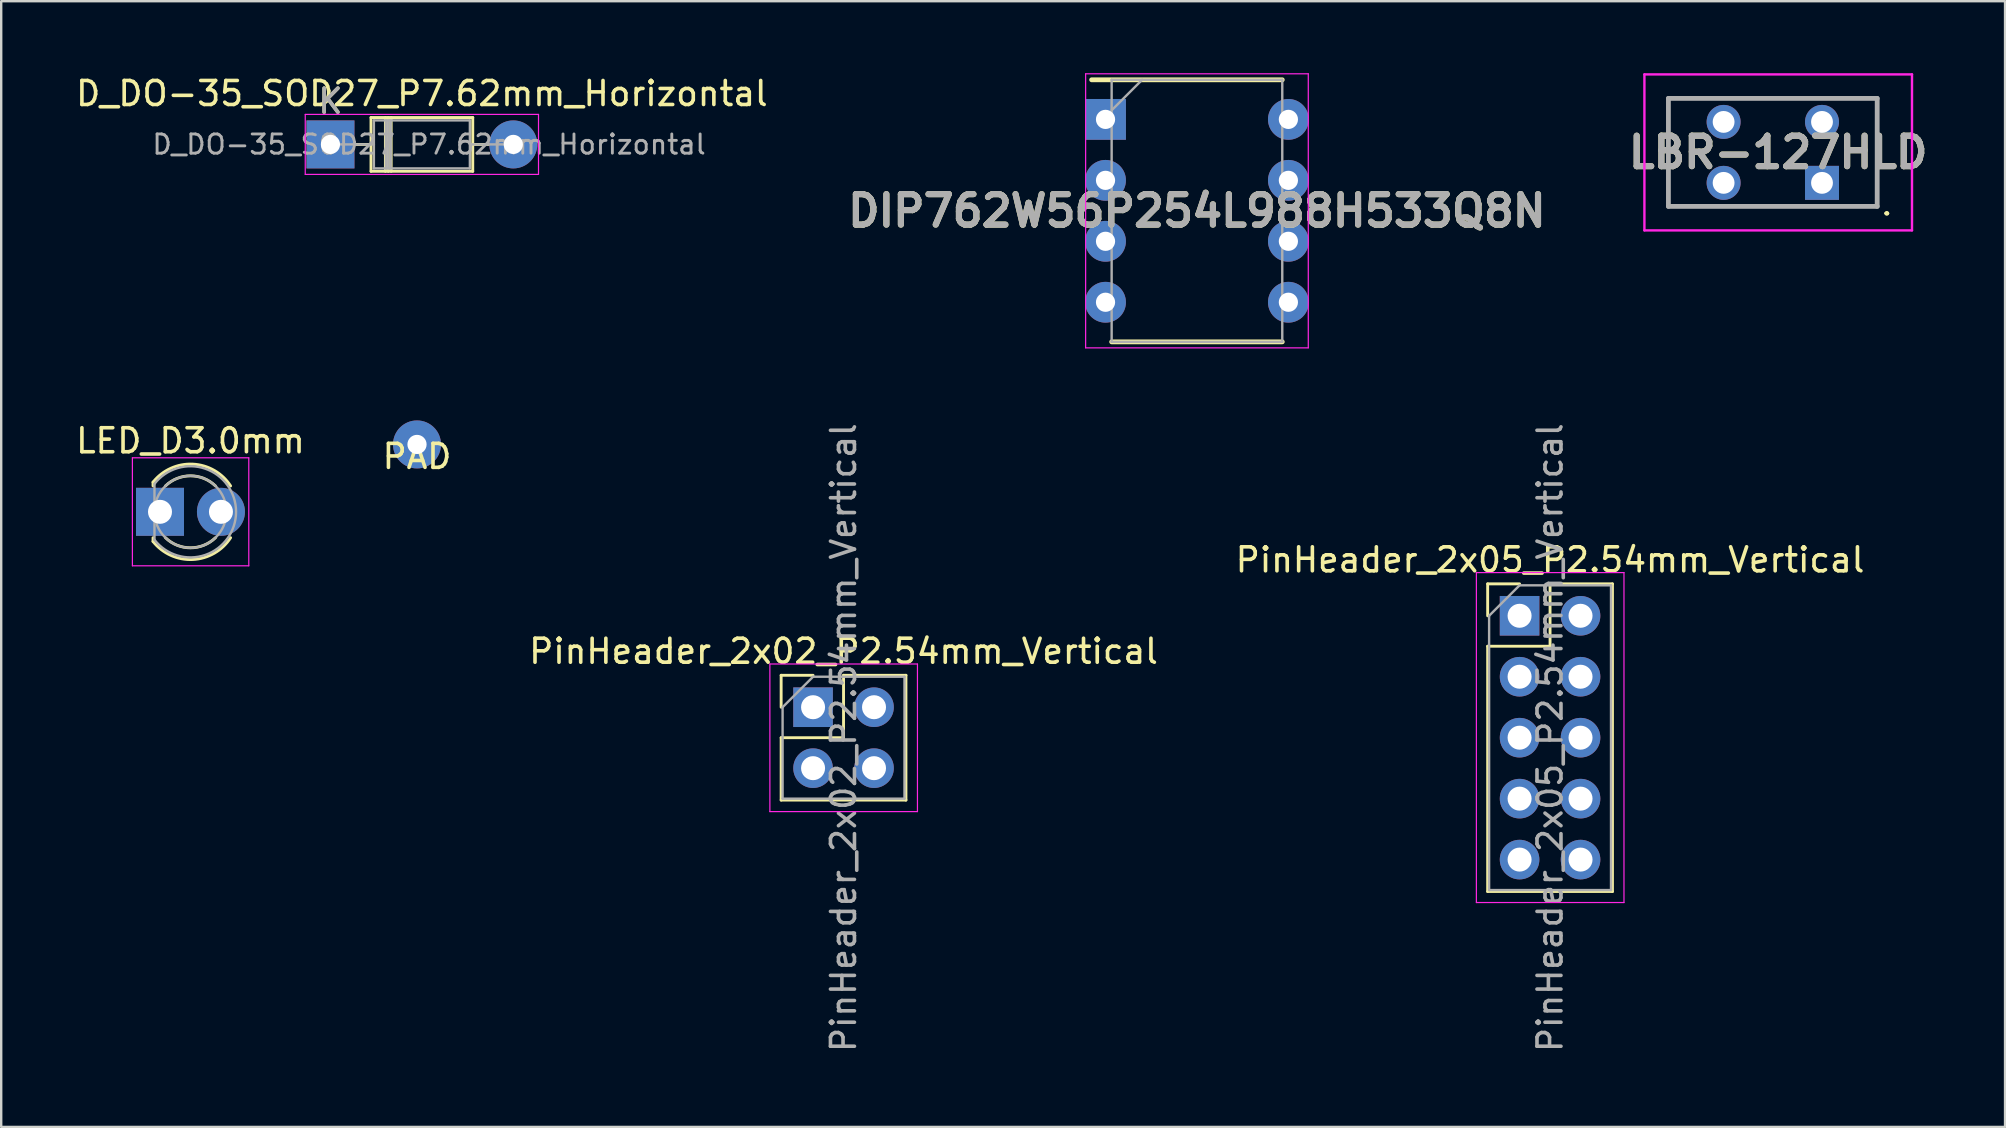
<source format=kicad_pcb>
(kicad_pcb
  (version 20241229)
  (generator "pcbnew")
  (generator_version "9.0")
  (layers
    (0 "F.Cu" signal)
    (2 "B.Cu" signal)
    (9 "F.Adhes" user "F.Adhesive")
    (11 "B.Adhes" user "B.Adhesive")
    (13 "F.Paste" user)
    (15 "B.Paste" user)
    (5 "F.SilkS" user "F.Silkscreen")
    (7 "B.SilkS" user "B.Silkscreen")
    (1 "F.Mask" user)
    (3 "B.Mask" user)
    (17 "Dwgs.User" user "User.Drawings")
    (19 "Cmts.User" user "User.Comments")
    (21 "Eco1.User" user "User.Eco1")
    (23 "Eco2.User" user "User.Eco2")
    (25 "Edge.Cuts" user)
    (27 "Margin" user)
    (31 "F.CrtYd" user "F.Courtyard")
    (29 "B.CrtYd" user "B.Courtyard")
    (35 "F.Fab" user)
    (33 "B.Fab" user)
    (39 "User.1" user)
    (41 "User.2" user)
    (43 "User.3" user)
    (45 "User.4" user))
  (footprint "D_DO-35_SOD27_P7.62mm_Horizontal"
    (layer "F.Cu")
    (at 10.72 2.968)
    (property "Reference" "D_DO-35_SOD27_P7.62mm_Horizontal" (at 3.81 -2.12 0) (layer "F.SilkS") (effects (font (size 1 1) (thickness 0.15))))
    (attr through_hole)
    (fp_line (start 1.04 0) (end 1.69 0) (stroke (width 0.12) (type solid)) (layer "F.SilkS"))
    (fp_line (start 1.69 -1.12) (end 1.69 1.12) (stroke (width 0.12) (type solid)) (layer "F.SilkS"))
    (fp_line (start 1.69 1.12) (end 5.93 1.12) (stroke (width 0.12) (type solid)) (layer "F.SilkS"))
    (fp_line (start 2.29 -1.12) (end 2.29 1.12) (stroke (width 0.12) (type solid)) (layer "F.SilkS"))
    (fp_line (start 2.41 -1.12) (end 2.41 1.12) (stroke (width 0.12) (type solid)) (layer "F.SilkS"))
    (fp_line (start 2.53 -1.12) (end 2.53 1.12) (stroke (width 0.12) (type solid)) (layer "F.SilkS"))
    (fp_line (start 5.93 -1.12) (end 1.69 -1.12) (stroke (width 0.12) (type solid)) (layer "F.SilkS"))
    (fp_line (start 5.93 1.12) (end 5.93 -1.12) (stroke (width 0.12) (type solid)) (layer "F.SilkS"))
    (fp_line (start 6.58 0) (end 5.93 0) (stroke (width 0.12) (type solid)) (layer "F.SilkS"))
    (fp_line (start -1.05 -1.25) (end -1.05 1.25) (stroke (width 0.05) (type solid)) (layer "F.CrtYd"))
    (fp_line (start -1.05 1.25) (end 8.67 1.25) (stroke (width 0.05) (type solid)) (layer "F.CrtYd"))
    (fp_line (start 8.67 -1.25) (end -1.05 -1.25) (stroke (width 0.05) (type solid)) (layer "F.CrtYd"))
    (fp_line (start 8.67 1.25) (end 8.67 -1.25) (stroke (width 0.05) (type solid)) (layer "F.CrtYd"))
    (fp_line (start 0 0) (end 1.81 0) (stroke (width 0.1) (type solid)) (layer "F.Fab"))
    (fp_line (start 1.81 -1) (end 1.81 1) (stroke (width 0.1) (type solid)) (layer "F.Fab"))
    (fp_line (start 1.81 1) (end 5.81 1) (stroke (width 0.1) (type solid)) (layer "F.Fab"))
    (fp_line (start 2.31 -1) (end 2.31 1) (stroke (width 0.1) (type solid)) (layer "F.Fab"))
    (fp_line (start 2.41 -1) (end 2.41 1) (stroke (width 0.1) (type solid)) (layer "F.Fab"))
    (fp_line (start 2.51 -1) (end 2.51 1) (stroke (width 0.1) (type solid)) (layer "F.Fab"))
    (fp_line (start 5.81 -1) (end 1.81 -1) (stroke (width 0.1) (type solid)) (layer "F.Fab"))
    (fp_line (start 5.81 1) (end 5.81 -1) (stroke (width 0.1) (type solid)) (layer "F.Fab"))
    (fp_line (start 7.62 0) (end 5.81 0) (stroke (width 0.1) (type solid)) (layer "F.Fab"))
    (fp_text user "K" (at 0 -1.8 0) (layer "F.SilkS") (effects (font (size 1 1) (thickness 0.15))))
    (fp_text user "K" (at 0 -1.8 0) (layer "F.Fab") (effects (font (size 1 1) (thickness 0.15))))
    (fp_text user "${REFERENCE}" (at 4.11 0 0) (layer "F.Fab") (effects (font (size 0.8 0.8) (thickness 0.12))))
    (pad "1" thru_hole rect (at 0 0) (size 2 2) (drill 0.8) (layers "*.Cu" "*.Mask"))
    (pad "2" thru_hole circle (at 7.62 0) (size 2 2) (drill 0.8) (layers "*.Cu" "*.Mask")))
  (footprint "LBR-127HLD"
    (layer "F.Cu")
    (at 70.824 3.3)
    (property "Reference" "LBR-127HLD" (at 0.225 0 0) (layer "F.SilkS") (effects (font (size 1.27 1.27) (thickness 0.254))))
    (attr through_hole)
    (fp_line (start -4.35 -2.25) (end 4.35 -2.25) (stroke (width 0.1) (type solid)) (layer "F.SilkS"))
    (fp_line (start -4.35 2.25) (end -4.35 -2.25) (stroke (width 0.1) (type solid)) (layer "F.SilkS"))
    (fp_line (start 4.35 -2.25) (end 4.35 2.25) (stroke (width 0.1) (type solid)) (layer "F.SilkS"))
    (fp_line (start 4.35 2.25) (end -4.35 2.25) (stroke (width 0.1) (type solid)) (layer "F.SilkS"))
    (fp_line (start 4.7 2.54) (end 4.7 2.54) (stroke (width 0.1) (type solid)) (layer "F.SilkS"))
    (fp_line (start 4.8 2.54) (end 4.8 2.54) (stroke (width 0.1) (type solid)) (layer "F.SilkS"))
    (fp_arc (start 4.7 2.54) (mid 4.75 2.49) (end 4.8 2.54) (stroke (width 0.1) (type solid)) (layer "F.SilkS"))
    (fp_arc (start 4.8 2.54) (mid 4.75 2.59) (end 4.7 2.54) (stroke (width 0.1) (type solid)) (layer "F.SilkS"))
    (fp_line (start -5.35 -3.25) (end 5.8 -3.25) (stroke (width 0.1) (type solid)) (layer "F.CrtYd"))
    (fp_line (start -5.35 3.25) (end -5.35 -3.25) (stroke (width 0.1) (type solid)) (layer "F.CrtYd"))
    (fp_line (start 5.8 -3.25) (end 5.8 3.25) (stroke (width 0.1) (type solid)) (layer "F.CrtYd"))
    (fp_line (start 5.8 3.25) (end -5.35 3.25) (stroke (width 0.1) (type solid)) (layer "F.CrtYd"))
    (fp_line (start -4.35 -2.25) (end 4.35 -2.25) (stroke (width 0.2) (type solid)) (layer "F.Fab"))
    (fp_line (start -4.35 2.25) (end -4.35 -2.25) (stroke (width 0.2) (type solid)) (layer "F.Fab"))
    (fp_line (start 4.35 -2.25) (end 4.35 2.25) (stroke (width 0.2) (type solid)) (layer "F.Fab"))
    (fp_line (start 4.35 2.25) (end -4.35 2.25) (stroke (width 0.2) (type solid)) (layer "F.Fab"))
    (fp_text user "${REFERENCE}" (at 0.225 0 0) (layer "F.Fab") (effects (font (size 1.27 1.27) (thickness 0.254))))
    (pad "1" thru_hole rect (at 2.05 1.27) (size 1.416 1.416) (drill 0.91) (layers "*.Cu" "*.Mask"))
    (pad "2" thru_hole circle (at 2.05 -1.27) (size 1.416 1.416) (drill 0.91) (layers "*.Cu" "*.Mask"))
    (pad "3" thru_hole circle (at -2.05 1.27) (size 1.416 1.416) (drill 0.91) (layers "*.Cu" "*.Mask"))
    (pad "4" thru_hole circle (at -2.05 -1.27) (size 1.416 1.416) (drill 0.91) (layers "*.Cu" "*.Mask")))
  (footprint "PAD"
    (layer "F.Cu")
    (at 14.327 15.47)
    (property "Reference" "PAD" (at 0 0.5 0) (layer "F.SilkS") (effects (font (size 1 1) (thickness 0.15))))
    (attr through_hole)
    (pad "1" thru_hole circle (at 0 0) (size 2 2) (drill 0.8) (layers "*.Cu" "*.Mask")))
  (footprint "PinHeader_2x05_P2.54mm_Vertical"
    (layer "F.Cu")
    (at 60.272 22.61)
    (property "Reference" "PinHeader_2x05_P2.54mm_Vertical" (at 1.27 -2.33 0) (layer "F.SilkS") (effects (font (size 1 1) (thickness 0.15))))
    (attr through_hole)
    (fp_line (start -1.33 -1.33) (end 0 -1.33) (stroke (width 0.12) (type solid)) (layer "F.SilkS"))
    (fp_line (start -1.33 0) (end -1.33 -1.33) (stroke (width 0.12) (type solid)) (layer "F.SilkS"))
    (fp_line (start -1.33 1.27) (end -1.33 11.49) (stroke (width 0.12) (type solid)) (layer "F.SilkS"))
    (fp_line (start -1.33 1.27) (end 1.27 1.27) (stroke (width 0.12) (type solid)) (layer "F.SilkS"))
    (fp_line (start -1.33 11.49) (end 3.87 11.49) (stroke (width 0.12) (type solid)) (layer "F.SilkS"))
    (fp_line (start 1.27 -1.33) (end 3.87 -1.33) (stroke (width 0.12) (type solid)) (layer "F.SilkS"))
    (fp_line (start 1.27 1.27) (end 1.27 -1.33) (stroke (width 0.12) (type solid)) (layer "F.SilkS"))
    (fp_line (start 3.87 -1.33) (end 3.87 11.49) (stroke (width 0.12) (type solid)) (layer "F.SilkS"))
    (fp_line (start -1.8 -1.8) (end -1.8 11.95) (stroke (width 0.05) (type solid)) (layer "F.CrtYd"))
    (fp_line (start -1.8 11.95) (end 4.35 11.95) (stroke (width 0.05) (type solid)) (layer "F.CrtYd"))
    (fp_line (start 4.35 -1.8) (end -1.8 -1.8) (stroke (width 0.05) (type solid)) (layer "F.CrtYd"))
    (fp_line (start 4.35 11.95) (end 4.35 -1.8) (stroke (width 0.05) (type solid)) (layer "F.CrtYd"))
    (fp_line (start -1.27 0) (end 0 -1.27) (stroke (width 0.1) (type solid)) (layer "F.Fab"))
    (fp_line (start -1.27 11.43) (end -1.27 0) (stroke (width 0.1) (type solid)) (layer "F.Fab"))
    (fp_line (start 0 -1.27) (end 3.81 -1.27) (stroke (width 0.1) (type solid)) (layer "F.Fab"))
    (fp_line (start 3.81 -1.27) (end 3.81 11.43) (stroke (width 0.1) (type solid)) (layer "F.Fab"))
    (fp_line (start 3.81 11.43) (end -1.27 11.43) (stroke (width 0.1) (type solid)) (layer "F.Fab"))
    (fp_text user "${REFERENCE}" (at 1.27 5.08 90) (layer "F.Fab") (effects (font (size 1 1) (thickness 0.15))))
    (pad "1" thru_hole rect (at 0 0 90) (size 1.65 1.65) (drill 1) (layers "*.Cu" "*.Mask"))
    (pad "2" thru_hole circle (at 2.54 0) (size 1.65 1.65) (drill 1) (layers "*.Cu" "*.Mask"))
    (pad "3" thru_hole circle (at 0 2.54) (size 1.65 1.65) (drill 1) (layers "*.Cu" "*.Mask"))
    (pad "4" thru_hole circle (at 2.54 2.54) (size 1.65 1.65) (drill 1) (layers "*.Cu" "*.Mask"))
    (pad "5" thru_hole circle (at 0 5.08) (size 1.65 1.65) (drill 1) (layers "*.Cu" "*.Mask"))
    (pad "6" thru_hole circle (at 2.54 5.08) (size 1.65 1.65) (drill 1) (layers "*.Cu" "*.Mask"))
    (pad "7" thru_hole circle (at 0 7.62) (size 1.65 1.65) (drill 1) (layers "*.Cu" "*.Mask"))
    (pad "8" thru_hole circle (at 2.54 7.62) (size 1.65 1.65) (drill 1) (layers "*.Cu" "*.Mask"))
    (pad "9" thru_hole circle (at 0 10.16) (size 1.65 1.65) (drill 1) (layers "*.Cu" "*.Mask"))
    (pad "10" thru_hole circle (at 2.54 10.16) (size 1.65 1.65) (drill 1) (layers "*.Cu" "*.Mask")))
  (footprint "DIP762W56P254L988H533Q8N"
    (layer "F.Cu")
    (at 46.828 5.735)
    (property "Reference" "DIP762W56P254L988H533Q8N" (at 0 0 0) (layer "F.SilkS") (effects (font (size 1.27 1.27) (thickness 0.254))))
    (attr through_hole)
    (fp_line (start -4.389 -5.46) (end 3.555 -5.46) (stroke (width 0.2) (type solid)) (layer "F.SilkS"))
    (fp_line (start -3.555 5.46) (end 3.555 5.46) (stroke (width 0.2) (type solid)) (layer "F.SilkS"))
    (fp_line (start -4.639 -5.71) (end 4.639 -5.71) (stroke (width 0.05) (type solid)) (layer "F.CrtYd"))
    (fp_line (start -4.639 5.71) (end -4.639 -5.71) (stroke (width 0.05) (type solid)) (layer "F.CrtYd"))
    (fp_line (start 4.639 -5.71) (end 4.639 5.71) (stroke (width 0.05) (type solid)) (layer "F.CrtYd"))
    (fp_line (start 4.639 5.71) (end -4.639 5.71) (stroke (width 0.05) (type solid)) (layer "F.CrtYd"))
    (fp_line (start -3.555 -5.46) (end 3.555 -5.46) (stroke (width 0.1) (type solid)) (layer "F.Fab"))
    (fp_line (start -3.555 -4.19) (end -2.285 -5.46) (stroke (width 0.1) (type solid)) (layer "F.Fab"))
    (fp_line (start -3.555 5.46) (end -3.555 -5.46) (stroke (width 0.1) (type solid)) (layer "F.Fab"))
    (fp_line (start 3.555 -5.46) (end 3.555 5.46) (stroke (width 0.1) (type solid)) (layer "F.Fab"))
    (fp_line (start 3.555 5.46) (end -3.555 5.46) (stroke (width 0.1) (type solid)) (layer "F.Fab"))
    (fp_text user "${REFERENCE}" (at 0 0 0) (layer "F.Fab") (effects (font (size 1.27 1.27) (thickness 0.254))))
    (pad "1" thru_hole rect (at -3.81 -3.81) (size 1.7 1.7) (drill 0.8) (layers "*.Cu" "*.Mask"))
    (pad "2" thru_hole circle (at -3.81 -1.27) (size 1.7 1.7) (drill 0.8) (layers "*.Cu" "*.Mask"))
    (pad "3" thru_hole circle (at -3.81 1.27) (size 1.7 1.7) (drill 0.8) (layers "*.Cu" "*.Mask"))
    (pad "4" thru_hole circle (at -3.81 3.81) (size 1.7 1.7) (drill 0.8) (layers "*.Cu" "*.Mask"))
    (pad "5" thru_hole circle (at 3.81 3.81) (size 1.7 1.7) (drill 0.8) (layers "*.Cu" "*.Mask"))
    (pad "6" thru_hole circle (at 3.81 1.27) (size 1.7 1.7) (drill 0.8) (layers "*.Cu" "*.Mask"))
    (pad "7" thru_hole circle (at 3.81 -1.27) (size 1.7 1.7) (drill 0.8) (layers "*.Cu" "*.Mask"))
    (pad "8" thru_hole circle (at 3.81 -3.81) (size 1.7 1.7) (drill 0.8) (layers "*.Cu" "*.Mask")))
  (footprint "LED_D3.0mm"
    (layer "F.Cu")
    (at 3.617 18.278)
    (property "Reference" "LED_D3.0mm" (at 1.27 -2.96 0) (layer "F.SilkS") (effects (font (size 1 1) (thickness 0.15))))
    (attr through_hole)
    (fp_line (start -0.29 -1.236) (end -0.29 -1.08) (stroke (width 0.12) (type solid)) (layer "F.SilkS"))
    (fp_line (start -0.29 1.08) (end -0.29 1.236) (stroke (width 0.12) (type solid)) (layer "F.SilkS"))
    (fp_arc (start -0.29 -1.235516) (mid 1.366487 -1.987659) (end 2.942335 -1.078608) (stroke (width 0.12) (type solid)) (layer "F.SilkS"))
    (fp_arc (start 0.229039 -1.08) (mid 1.270117 -1.5) (end 2.31113 -1.079837) (stroke (width 0.12) (type solid)) (layer "F.SilkS"))
    (fp_arc (start 2.31113 1.079837) (mid 1.270117 1.5) (end 0.229039 1.08) (stroke (width 0.12) (type solid)) (layer "F.SilkS"))
    (fp_arc (start 2.942335 1.078608) (mid 1.366487 1.987659) (end -0.29 1.235516) (stroke (width 0.12) (type solid)) (layer "F.SilkS"))
    (fp_line (start -1.15 -2.25) (end -1.15 2.25) (stroke (width 0.05) (type solid)) (layer "F.CrtYd"))
    (fp_line (start -1.15 2.25) (end 3.7 2.25) (stroke (width 0.05) (type solid)) (layer "F.CrtYd"))
    (fp_line (start 3.7 -2.25) (end -1.15 -2.25) (stroke (width 0.05) (type solid)) (layer "F.CrtYd"))
    (fp_line (start 3.7 2.25) (end 3.7 -2.25) (stroke (width 0.05) (type solid)) (layer "F.CrtYd"))
    (fp_line (start -0.23 -1.166) (end -0.23 1.166) (stroke (width 0.1) (type solid)) (layer "F.Fab"))
    (fp_arc (start -0.23 -1.16619) (mid 3.17 0.000452) (end -0.230555 1.165476) (stroke (width 0.1) (type solid)) (layer "F.Fab"))
    (fp_circle (center 1.27 0) (end 2.77 0) (stroke (width 0.1) (type solid)) (fill no) (layer "F.Fab"))
    (pad "1" thru_hole rect (at 0 0) (size 2 2) (drill 1) (layers "*.Cu" "*.Mask"))
    (pad "2" thru_hole circle (at 2.54 0) (size 2 2) (drill 1) (layers "*.Cu" "*.Mask")))
  (footprint "PinHeader_2x02_P2.54mm_Vertical"
    (layer "F.Cu")
    (at 30.831 26.42)
    (property "Reference" "PinHeader_2x02_P2.54mm_Vertical" (at 1.27 -2.33 0) (layer "F.SilkS") (effects (font (size 1 1) (thickness 0.15))))
    (attr through_hole)
    (fp_line (start -1.33 -1.33) (end 0 -1.33) (stroke (width 0.12) (type solid)) (layer "F.SilkS"))
    (fp_line (start -1.33 0) (end -1.33 -1.33) (stroke (width 0.12) (type solid)) (layer "F.SilkS"))
    (fp_line (start -1.33 1.27) (end -1.33 3.87) (stroke (width 0.12) (type solid)) (layer "F.SilkS"))
    (fp_line (start -1.33 1.27) (end 1.27 1.27) (stroke (width 0.12) (type solid)) (layer "F.SilkS"))
    (fp_line (start -1.33 3.87) (end 3.87 3.87) (stroke (width 0.12) (type solid)) (layer "F.SilkS"))
    (fp_line (start 1.27 -1.33) (end 3.87 -1.33) (stroke (width 0.12) (type solid)) (layer "F.SilkS"))
    (fp_line (start 1.27 1.27) (end 1.27 -1.33) (stroke (width 0.12) (type solid)) (layer "F.SilkS"))
    (fp_line (start 3.87 -1.33) (end 3.87 3.87) (stroke (width 0.12) (type solid)) (layer "F.SilkS"))
    (fp_line (start -1.8 -1.8) (end -1.8 4.35) (stroke (width 0.05) (type solid)) (layer "F.CrtYd"))
    (fp_line (start -1.8 4.35) (end 4.35 4.35) (stroke (width 0.05) (type solid)) (layer "F.CrtYd"))
    (fp_line (start 4.35 -1.8) (end -1.8 -1.8) (stroke (width 0.05) (type solid)) (layer "F.CrtYd"))
    (fp_line (start 4.35 4.35) (end 4.35 -1.8) (stroke (width 0.05) (type solid)) (layer "F.CrtYd"))
    (fp_line (start -1.27 0) (end 0 -1.27) (stroke (width 0.1) (type solid)) (layer "F.Fab"))
    (fp_line (start -1.27 3.81) (end -1.27 0) (stroke (width 0.1) (type solid)) (layer "F.Fab"))
    (fp_line (start 0 -1.27) (end 3.81 -1.27) (stroke (width 0.1) (type solid)) (layer "F.Fab"))
    (fp_line (start 3.81 -1.27) (end 3.81 3.81) (stroke (width 0.1) (type solid)) (layer "F.Fab"))
    (fp_line (start 3.81 3.81) (end -1.27 3.81) (stroke (width 0.1) (type solid)) (layer "F.Fab"))
    (fp_text user "${REFERENCE}" (at 1.27 1.27 90) (layer "F.Fab") (effects (font (size 1 1) (thickness 0.15))))
    (pad "1" thru_hole rect (at 0 0) (size 1.65 1.65) (drill 1) (layers "*.Cu" "*.Mask"))
    (pad "2" thru_hole circle (at 2.54 0) (size 1.65 1.65) (drill 1) (layers "*.Cu" "*.Mask"))
    (pad "3" thru_hole circle (at 0 2.54) (size 1.65 1.65) (drill 1) (layers "*.Cu" "*.Mask"))
    (pad "4" thru_hole circle (at 2.54 2.54) (size 1.65 1.65) (drill 1) (layers "*.Cu" "*.Mask")))
  (gr_rect
    (start -3 -3)
    (end 80.502 43.91)
    (stroke (width 0.1) (type default))
    (fill no)
    (layer "Edge.Cuts")))
</source>
